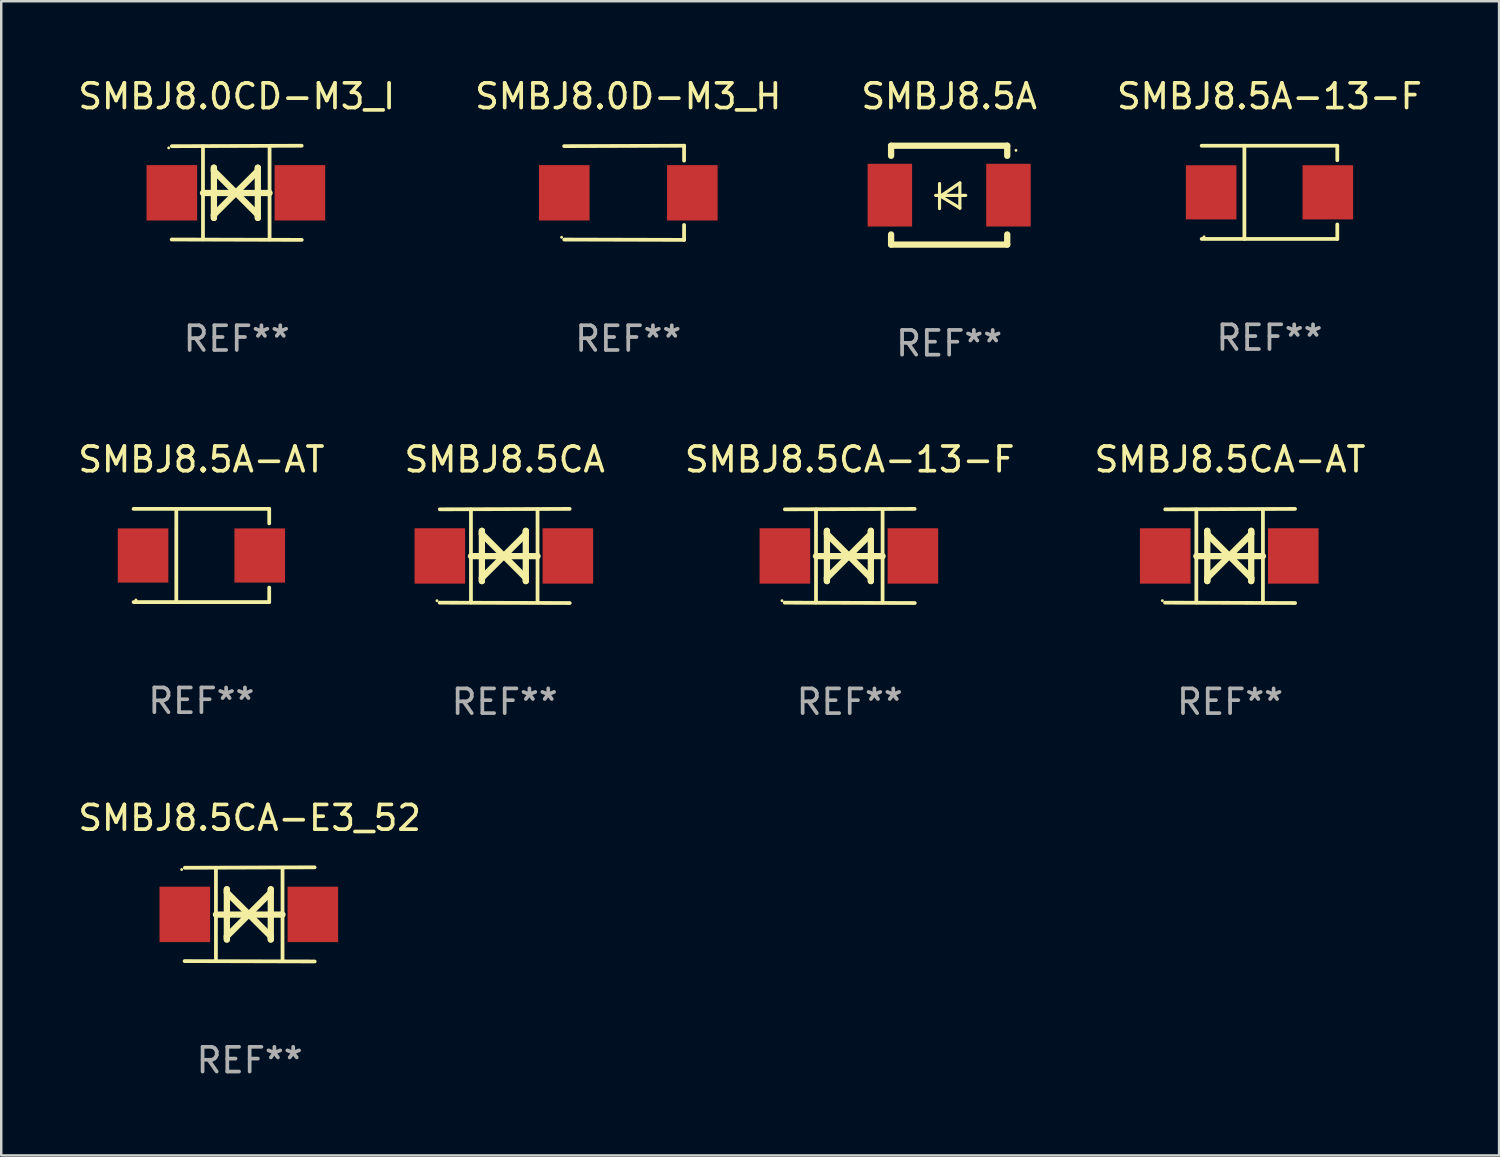
<source format=kicad_pcb>
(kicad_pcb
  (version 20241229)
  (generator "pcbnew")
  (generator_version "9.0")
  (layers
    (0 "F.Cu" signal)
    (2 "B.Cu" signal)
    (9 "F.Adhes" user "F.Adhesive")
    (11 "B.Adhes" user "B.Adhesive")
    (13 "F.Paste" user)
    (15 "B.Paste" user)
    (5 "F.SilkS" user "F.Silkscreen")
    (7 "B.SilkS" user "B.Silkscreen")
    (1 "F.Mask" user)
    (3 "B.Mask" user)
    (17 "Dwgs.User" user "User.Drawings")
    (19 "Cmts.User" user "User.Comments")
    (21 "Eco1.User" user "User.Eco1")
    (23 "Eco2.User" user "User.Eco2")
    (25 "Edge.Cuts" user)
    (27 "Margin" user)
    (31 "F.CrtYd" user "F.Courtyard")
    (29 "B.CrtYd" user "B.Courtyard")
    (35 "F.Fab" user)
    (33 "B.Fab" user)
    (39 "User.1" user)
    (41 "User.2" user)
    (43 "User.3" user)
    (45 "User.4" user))
  (footprint "SMBJ8.5CA-13-F"
    (layer "F.Cu")
    (at 31.339 19.45)
    (property "Reference" "SMBJ8.5CA-13-F" (at 0 -3.905 0) (layer "F.SilkS") (effects (font (size 1 1) (thickness 0.15))))
    (attr through_hole)
    (fp_line (start -1.365 1.886) (end -1.365 -1.886) (stroke (width 0.152) (type solid)) (layer "F.SilkS"))
    (fp_line (start -1.365 0.008) (end 1.33 0.008) (stroke (width 0.254) (type solid)) (layer "F.SilkS"))
    (fp_line (start -0.923 -1.016) (end -0.923 1.016) (stroke (width 0.254) (type solid)) (layer "F.SilkS"))
    (fp_line (start -0.923 -0.889) (end -0.923 -1.016) (stroke (width 0.254) (type solid)) (layer "F.SilkS"))
    (fp_line (start -0.923 0.889) (end -0.034 0) (stroke (width 0.254) (type solid)) (layer "F.SilkS"))
    (fp_line (start -0.923 1.016) (end -0.923 0.889) (stroke (width 0.254) (type solid)) (layer "F.SilkS"))
    (fp_line (start -0.034 0) (end -0.923 -0.889) (stroke (width 0.254) (type solid)) (layer "F.SilkS"))
    (fp_line (start -0.034 0) (end 0.855 0.889) (stroke (width 0.254) (type solid)) (layer "F.SilkS"))
    (fp_line (start 0.855 -1.016) (end 0.855 -0.889) (stroke (width 0.254) (type solid)) (layer "F.SilkS"))
    (fp_line (start 0.855 -0.889) (end -0.034 0) (stroke (width 0.254) (type solid)) (layer "F.SilkS"))
    (fp_line (start 0.855 0.889) (end 0.855 1.016) (stroke (width 0.254) (type solid)) (layer "F.SilkS"))
    (fp_line (start 0.855 1.016) (end 0.855 -1.016) (stroke (width 0.254) (type solid)) (layer "F.SilkS"))
    (fp_line (start 1.33 1.886) (end 1.33 -1.886) (stroke (width 0.152) (type solid)) (layer "F.SilkS"))
    (fp_line (start 2.629 -1.905) (end -2.625 -1.887) (stroke (width 0.152) (type solid)) (layer "F.SilkS"))
    (fp_line (start 2.633 1.905) (end -2.633 1.89) (stroke (width 0.152) (type solid)) (layer "F.SilkS"))
    (fp_circle (center -2.741 1.81) (end -2.711 1.81) (stroke (width 0.06) (type solid)) (fill no) (layer "F.SilkS"))
    (fp_text user "REF**" (at 0 5.905 0) (layer "F.Fab") (effects (font (size 1 1) (thickness 0.15))))
    (pad "1" smd rect (at -2.625 0) (size 2.047 2.241) (layers "F.Cu" "F.Mask" "F.Paste"))
    (pad "2" smd rect (at 2.557 0) (size 2.047 2.241) (layers "F.Cu" "F.Mask" "F.Paste")))
  (footprint "SMBJ8.0CD-M3_I"
    (layer "F.Cu")
    (at 6.53 4.753)
    (property "Reference" "SMBJ8.0CD-M3_I" (at 0 -3.905 0) (layer "F.SilkS") (effects (font (size 1 1) (thickness 0.15))))
    (attr through_hole)
    (fp_line (start -1.365 1.886) (end -1.365 -1.886) (stroke (width 0.152) (type solid)) (layer "F.SilkS"))
    (fp_line (start -1.365 0.008) (end 1.33 0.008) (stroke (width 0.254) (type solid)) (layer "F.SilkS"))
    (fp_line (start -0.923 -1.016) (end -0.923 1.016) (stroke (width 0.254) (type solid)) (layer "F.SilkS"))
    (fp_line (start -0.923 -0.889) (end -0.923 -1.016) (stroke (width 0.254) (type solid)) (layer "F.SilkS"))
    (fp_line (start -0.923 0.889) (end -0.034 0) (stroke (width 0.254) (type solid)) (layer "F.SilkS"))
    (fp_line (start -0.923 1.016) (end -0.923 0.889) (stroke (width 0.254) (type solid)) (layer "F.SilkS"))
    (fp_line (start -0.034 0) (end -0.923 -0.889) (stroke (width 0.254) (type solid)) (layer "F.SilkS"))
    (fp_line (start -0.034 0) (end 0.855 0.889) (stroke (width 0.254) (type solid)) (layer "F.SilkS"))
    (fp_line (start 0.855 -1.016) (end 0.855 -0.889) (stroke (width 0.254) (type solid)) (layer "F.SilkS"))
    (fp_line (start 0.855 -0.889) (end -0.034 0) (stroke (width 0.254) (type solid)) (layer "F.SilkS"))
    (fp_line (start 0.855 0.889) (end 0.855 1.016) (stroke (width 0.254) (type solid)) (layer "F.SilkS"))
    (fp_line (start 0.855 1.016) (end 0.855 -1.016) (stroke (width 0.254) (type solid)) (layer "F.SilkS"))
    (fp_line (start 1.33 1.886) (end 1.33 -1.886) (stroke (width 0.152) (type solid)) (layer "F.SilkS"))
    (fp_line (start 2.629 -1.905) (end -2.625 -1.887) (stroke (width 0.152) (type solid)) (layer "F.SilkS"))
    (fp_line (start 2.633 1.905) (end -2.633 1.89) (stroke (width 0.152) (type solid)) (layer "F.SilkS"))
    (fp_circle (center -2.753 -1.816) (end -2.723 -1.816) (stroke (width 0.06) (type solid)) (fill no) (layer "F.SilkS"))
    (fp_text user "REF**" (at 0 5.905 0) (layer "F.Fab") (effects (font (size 1 1) (thickness 0.15))))
    (pad "1" smd rect (at -2.625 0) (size 2.047 2.241) (layers "F.Cu" "F.Mask" "F.Paste"))
    (pad "2" smd rect (at 2.557 0) (size 2.047 2.241) (layers "F.Cu" "F.Mask" "F.Paste")))
  (footprint "SMBJ8.0D-M3_H"
    (layer "F.Cu")
    (at 22.375 4.753)
    (property "Reference" "SMBJ8.0D-M3_H" (at 0 -3.905 0) (layer "F.SilkS") (effects (font (size 1 1) (thickness 0.15))))
    (attr through_hole)
    (fp_line (start 2.256 -1.905) (end -2.594 -1.889) (stroke (width 0.152) (type solid)) (layer "F.SilkS"))
    (fp_line (start 2.256 -1.905) (end 2.26 -1.905) (stroke (width 0.152) (type solid)) (layer "F.SilkS"))
    (fp_line (start 2.26 -1.905) (end 2.26 -1.301) (stroke (width 0.152) (type solid)) (layer "F.SilkS"))
    (fp_line (start 2.26 1.301) (end 2.26 1.905) (stroke (width 0.152) (type solid)) (layer "F.SilkS"))
    (fp_line (start 2.26 1.905) (end -2.59 1.892) (stroke (width 0.152) (type solid)) (layer "F.SilkS"))
    (fp_circle (center -2.697 1.8) (end -2.667 1.8) (stroke (width 0.06) (type solid)) (fill no) (layer "F.SilkS"))
    (fp_text user "REF**" (at 0 5.905 0) (layer "F.Fab") (effects (font (size 1 1) (thickness 0.15))))
    (pad "1" smd rect (at -2.588 0) (size 2.047 2.241) (layers "F.Cu" "F.Mask" "F.Paste"))
    (pad "2" smd rect (at 2.594 0) (size 2.047 2.241) (layers "F.Cu" "F.Mask" "F.Paste")))
  (footprint "SMBJ8.5CA-E3_52"
    (layer "F.Cu")
    (at 7.054 33.956)
    (property "Reference" "SMBJ8.5CA-E3_52" (at 0 -3.905 0) (layer "F.SilkS") (effects (font (size 1 1) (thickness 0.15))))
    (attr through_hole)
    (fp_line (start -1.365 1.886) (end -1.365 -1.886) (stroke (width 0.152) (type solid)) (layer "F.SilkS"))
    (fp_line (start -1.365 0.008) (end 1.33 0.008) (stroke (width 0.254) (type solid)) (layer "F.SilkS"))
    (fp_line (start -0.923 -1.016) (end -0.923 1.016) (stroke (width 0.254) (type solid)) (layer "F.SilkS"))
    (fp_line (start -0.923 -0.889) (end -0.923 -1.016) (stroke (width 0.254) (type solid)) (layer "F.SilkS"))
    (fp_line (start -0.923 0.889) (end -0.034 0) (stroke (width 0.254) (type solid)) (layer "F.SilkS"))
    (fp_line (start -0.923 1.016) (end -0.923 0.889) (stroke (width 0.254) (type solid)) (layer "F.SilkS"))
    (fp_line (start -0.034 0) (end -0.923 -0.889) (stroke (width 0.254) (type solid)) (layer "F.SilkS"))
    (fp_line (start -0.034 0) (end 0.855 0.889) (stroke (width 0.254) (type solid)) (layer "F.SilkS"))
    (fp_line (start 0.855 -1.016) (end 0.855 -0.889) (stroke (width 0.254) (type solid)) (layer "F.SilkS"))
    (fp_line (start 0.855 -0.889) (end -0.034 0) (stroke (width 0.254) (type solid)) (layer "F.SilkS"))
    (fp_line (start 0.855 0.889) (end 0.855 1.016) (stroke (width 0.254) (type solid)) (layer "F.SilkS"))
    (fp_line (start 0.855 1.016) (end 0.855 -1.016) (stroke (width 0.254) (type solid)) (layer "F.SilkS"))
    (fp_line (start 1.33 1.886) (end 1.33 -1.886) (stroke (width 0.152) (type solid)) (layer "F.SilkS"))
    (fp_line (start 2.629 -1.905) (end -2.625 -1.887) (stroke (width 0.152) (type solid)) (layer "F.SilkS"))
    (fp_line (start 2.633 1.905) (end -2.633 1.89) (stroke (width 0.152) (type solid)) (layer "F.SilkS"))
    (fp_circle (center -2.753 -1.816) (end -2.723 -1.816) (stroke (width 0.06) (type solid)) (fill no) (layer "F.SilkS"))
    (fp_text user "REF**" (at 0 5.905 0) (layer "F.Fab") (effects (font (size 1 1) (thickness 0.15))))
    (pad "1" smd rect (at -2.625 0) (size 2.047 2.241) (layers "F.Cu" "F.Mask" "F.Paste"))
    (pad "2" smd rect (at 2.557 0) (size 2.047 2.241) (layers "F.Cu" "F.Mask" "F.Paste")))
  (footprint "SMBJ8.5A"
    (layer "F.Cu")
    (at 35.363 4.848)
    (property "Reference" "SMBJ8.5A" (at 0 -4 0) (layer "F.SilkS") (effects (font (size 1 1) (thickness 0.15))))
    (attr through_hole)
    (fp_line (start -2.35 -2) (end -2.35 -1.591) (stroke (width 0.254) (type solid)) (layer "F.SilkS"))
    (fp_line (start -2.35 -2) (end 2.35 -2) (stroke (width 0.254) (type solid)) (layer "F.SilkS"))
    (fp_line (start -2.35 1.591) (end -2.35 2) (stroke (width 0.254) (type solid)) (layer "F.SilkS"))
    (fp_line (start -2.35 2) (end 2.35 2) (stroke (width 0.254) (type solid)) (layer "F.SilkS"))
    (fp_line (start -0.548 0.01) (end 0.671 0.01) (stroke (width 0.127) (type solid)) (layer "F.SilkS"))
    (fp_line (start -0.389 -0.47) (end -0.389 0.546) (stroke (width 0.127) (type solid)) (layer "F.SilkS"))
    (fp_line (start -0.35 0.04) (end 0.433 0.52) (stroke (width 0.127) (type solid)) (layer "F.SilkS"))
    (fp_line (start 0.433 -0.5) (end -0.35 0.04) (stroke (width 0.127) (type solid)) (layer "F.SilkS"))
    (fp_line (start 0.433 0.53) (end 0.433 -0.486) (stroke (width 0.127) (type solid)) (layer "F.SilkS"))
    (fp_line (start 2.35 -2) (end 2.35 -1.591) (stroke (width 0.254) (type solid)) (layer "F.SilkS"))
    (fp_line (start 2.35 1.591) (end 2.35 2) (stroke (width 0.254) (type solid)) (layer "F.SilkS"))
    (fp_circle (center 2.704 -1.813) (end 2.734 -1.813) (stroke (width 0.06) (type solid)) (fill no) (layer "F.SilkS"))
    (fp_text user "REF**" (at 0 6 0) (layer "F.Fab") (effects (font (size 1 1) (thickness 0.15))))
    (pad "1" smd rect (at 2.4 0) (size 1.8 2.54) (layers "F.Cu" "F.Mask" "F.Paste"))
    (pad "2" smd rect (at -2.4 0) (size 1.8 2.54) (layers "F.Cu" "F.Mask" "F.Paste")))
  (footprint "SMBJ8.5CA-AT"
    (layer "F.Cu")
    (at 46.732 19.45)
    (property "Reference" "SMBJ8.5CA-AT" (at 0 -3.905 0) (layer "F.SilkS") (effects (font (size 1 1) (thickness 0.15))))
    (attr through_hole)
    (fp_line (start -1.365 1.886) (end -1.365 -1.886) (stroke (width 0.152) (type solid)) (layer "F.SilkS"))
    (fp_line (start -1.365 0.008) (end 1.33 0.008) (stroke (width 0.254) (type solid)) (layer "F.SilkS"))
    (fp_line (start -0.923 -1.016) (end -0.923 1.016) (stroke (width 0.254) (type solid)) (layer "F.SilkS"))
    (fp_line (start -0.923 -0.889) (end -0.923 -1.016) (stroke (width 0.254) (type solid)) (layer "F.SilkS"))
    (fp_line (start -0.923 0.889) (end -0.034 0) (stroke (width 0.254) (type solid)) (layer "F.SilkS"))
    (fp_line (start -0.923 1.016) (end -0.923 0.889) (stroke (width 0.254) (type solid)) (layer "F.SilkS"))
    (fp_line (start -0.034 0) (end -0.923 -0.889) (stroke (width 0.254) (type solid)) (layer "F.SilkS"))
    (fp_line (start -0.034 0) (end 0.855 0.889) (stroke (width 0.254) (type solid)) (layer "F.SilkS"))
    (fp_line (start 0.855 -1.016) (end 0.855 -0.889) (stroke (width 0.254) (type solid)) (layer "F.SilkS"))
    (fp_line (start 0.855 -0.889) (end -0.034 0) (stroke (width 0.254) (type solid)) (layer "F.SilkS"))
    (fp_line (start 0.855 0.889) (end 0.855 1.016) (stroke (width 0.254) (type solid)) (layer "F.SilkS"))
    (fp_line (start 0.855 1.016) (end 0.855 -1.016) (stroke (width 0.254) (type solid)) (layer "F.SilkS"))
    (fp_line (start 1.33 1.886) (end 1.33 -1.886) (stroke (width 0.152) (type solid)) (layer "F.SilkS"))
    (fp_line (start 2.629 -1.905) (end -2.625 -1.887) (stroke (width 0.152) (type solid)) (layer "F.SilkS"))
    (fp_line (start 2.633 1.905) (end -2.633 1.89) (stroke (width 0.152) (type solid)) (layer "F.SilkS"))
    (fp_circle (center -2.741 1.81) (end -2.711 1.81) (stroke (width 0.06) (type solid)) (fill no) (layer "F.SilkS"))
    (fp_text user "REF**" (at 0 5.905 0) (layer "F.Fab") (effects (font (size 1 1) (thickness 0.15))))
    (pad "1" smd rect (at -2.625 0) (size 2.047 2.241) (layers "F.Cu" "F.Mask" "F.Paste"))
    (pad "2" smd rect (at 2.557 0) (size 2.047 2.241) (layers "F.Cu" "F.Mask" "F.Paste")))
  (footprint "SMBJ8.5CA"
    (layer "F.Cu")
    (at 17.375 19.45)
    (property "Reference" "SMBJ8.5CA" (at 0 -3.905 0) (layer "F.SilkS") (effects (font (size 1 1) (thickness 0.15))))
    (attr through_hole)
    (fp_line (start -1.365 1.886) (end -1.365 -1.886) (stroke (width 0.152) (type solid)) (layer "F.SilkS"))
    (fp_line (start -1.365 0.008) (end 1.33 0.008) (stroke (width 0.254) (type solid)) (layer "F.SilkS"))
    (fp_line (start -0.923 -1.016) (end -0.923 1.016) (stroke (width 0.254) (type solid)) (layer "F.SilkS"))
    (fp_line (start -0.923 -0.889) (end -0.923 -1.016) (stroke (width 0.254) (type solid)) (layer "F.SilkS"))
    (fp_line (start -0.923 0.889) (end -0.034 0) (stroke (width 0.254) (type solid)) (layer "F.SilkS"))
    (fp_line (start -0.923 1.016) (end -0.923 0.889) (stroke (width 0.254) (type solid)) (layer "F.SilkS"))
    (fp_line (start -0.034 0) (end -0.923 -0.889) (stroke (width 0.254) (type solid)) (layer "F.SilkS"))
    (fp_line (start -0.034 0) (end 0.855 0.889) (stroke (width 0.254) (type solid)) (layer "F.SilkS"))
    (fp_line (start 0.855 -1.016) (end 0.855 -0.889) (stroke (width 0.254) (type solid)) (layer "F.SilkS"))
    (fp_line (start 0.855 -0.889) (end -0.034 0) (stroke (width 0.254) (type solid)) (layer "F.SilkS"))
    (fp_line (start 0.855 0.889) (end 0.855 1.016) (stroke (width 0.254) (type solid)) (layer "F.SilkS"))
    (fp_line (start 0.855 1.016) (end 0.855 -1.016) (stroke (width 0.254) (type solid)) (layer "F.SilkS"))
    (fp_line (start 1.33 1.886) (end 1.33 -1.886) (stroke (width 0.152) (type solid)) (layer "F.SilkS"))
    (fp_line (start 2.629 -1.905) (end -2.625 -1.887) (stroke (width 0.152) (type solid)) (layer "F.SilkS"))
    (fp_line (start 2.633 1.905) (end -2.633 1.89) (stroke (width 0.152) (type solid)) (layer "F.SilkS"))
    (fp_circle (center -2.741 1.81) (end -2.711 1.81) (stroke (width 0.06) (type solid)) (fill no) (layer "F.SilkS"))
    (fp_text user "REF**" (at 0 5.905 0) (layer "F.Fab") (effects (font (size 1 1) (thickness 0.15))))
    (pad "1" smd rect (at -2.625 0) (size 2.047 2.241) (layers "F.Cu" "F.Mask" "F.Paste"))
    (pad "2" smd rect (at 2.557 0) (size 2.047 2.241) (layers "F.Cu" "F.Mask" "F.Paste")))
  (footprint "SMBJ8.5A-AT"
    (layer "F.Cu")
    (at 5.101 19.431)
    (property "Reference" "SMBJ8.5A-AT" (at 0 -3.886 0) (layer "F.SilkS") (effects (font (size 1 1) (thickness 0.15))))
    (attr through_hole)
    (fp_line (start -2.744 -1.886) (end 2.744 -1.886) (stroke (width 0.152) (type solid)) (layer "F.SilkS"))
    (fp_line (start -2.744 1.886) (end 2.744 1.886) (stroke (width 0.152) (type solid)) (layer "F.SilkS"))
    (fp_line (start -1.016 -1.886) (end -1.016 1.886) (stroke (width 0.152) (type solid)) (layer "F.SilkS"))
    (fp_line (start 2.744 -1.886) (end 2.744 -1.299) (stroke (width 0.152) (type solid)) (layer "F.SilkS"))
    (fp_line (start 2.744 1.886) (end 2.744 1.299) (stroke (width 0.152) (type solid)) (layer "F.SilkS"))
    (fp_circle (center -2.65 1.8) (end -2.62 1.8) (stroke (width 0.06) (type solid)) (fill no) (layer "F.SilkS"))
    (fp_text user "REF**" (at 0 5.886 0) (layer "F.Fab") (effects (font (size 1 1) (thickness 0.15))))
    (pad "1" smd rect (at -2.361 0) (size 2.047 2.192) (layers "F.Cu" "F.Mask" "F.Paste"))
    (pad "2" smd rect (at 2.361 0) (size 2.047 2.192) (layers "F.Cu" "F.Mask" "F.Paste")))
  (footprint "SMBJ8.5A-13-F"
    (layer "F.Cu")
    (at 48.327 4.734)
    (property "Reference" "SMBJ8.5A-13-F" (at 0 -3.886 0) (layer "F.SilkS") (effects (font (size 1 1) (thickness 0.15))))
    (attr through_hole)
    (fp_line (start -2.744 -1.886) (end 2.744 -1.886) (stroke (width 0.152) (type solid)) (layer "F.SilkS"))
    (fp_line (start -2.744 1.886) (end 2.744 1.886) (stroke (width 0.152) (type solid)) (layer "F.SilkS"))
    (fp_line (start -1.016 -1.886) (end -1.016 1.886) (stroke (width 0.152) (type solid)) (layer "F.SilkS"))
    (fp_line (start 2.744 -1.886) (end 2.744 -1.299) (stroke (width 0.152) (type solid)) (layer "F.SilkS"))
    (fp_line (start 2.744 1.886) (end 2.744 1.299) (stroke (width 0.152) (type solid)) (layer "F.SilkS"))
    (fp_circle (center -2.65 1.8) (end -2.62 1.8) (stroke (width 0.06) (type solid)) (fill no) (layer "F.SilkS"))
    (fp_text user "REF**" (at 0 5.886 0) (layer "F.Fab") (effects (font (size 1 1) (thickness 0.15))))
    (pad "1" smd rect (at -2.361 0) (size 2.047 2.192) (layers "F.Cu" "F.Mask" "F.Paste"))
    (pad "2" smd rect (at 2.361 0) (size 2.047 2.192) (layers "F.Cu" "F.Mask" "F.Paste")))
  (gr_rect
    (start -3 -3)
    (end 57.619 43.71)
    (stroke (width 0.1) (type default))
    (fill no)
    (layer "Edge.Cuts")))
</source>
